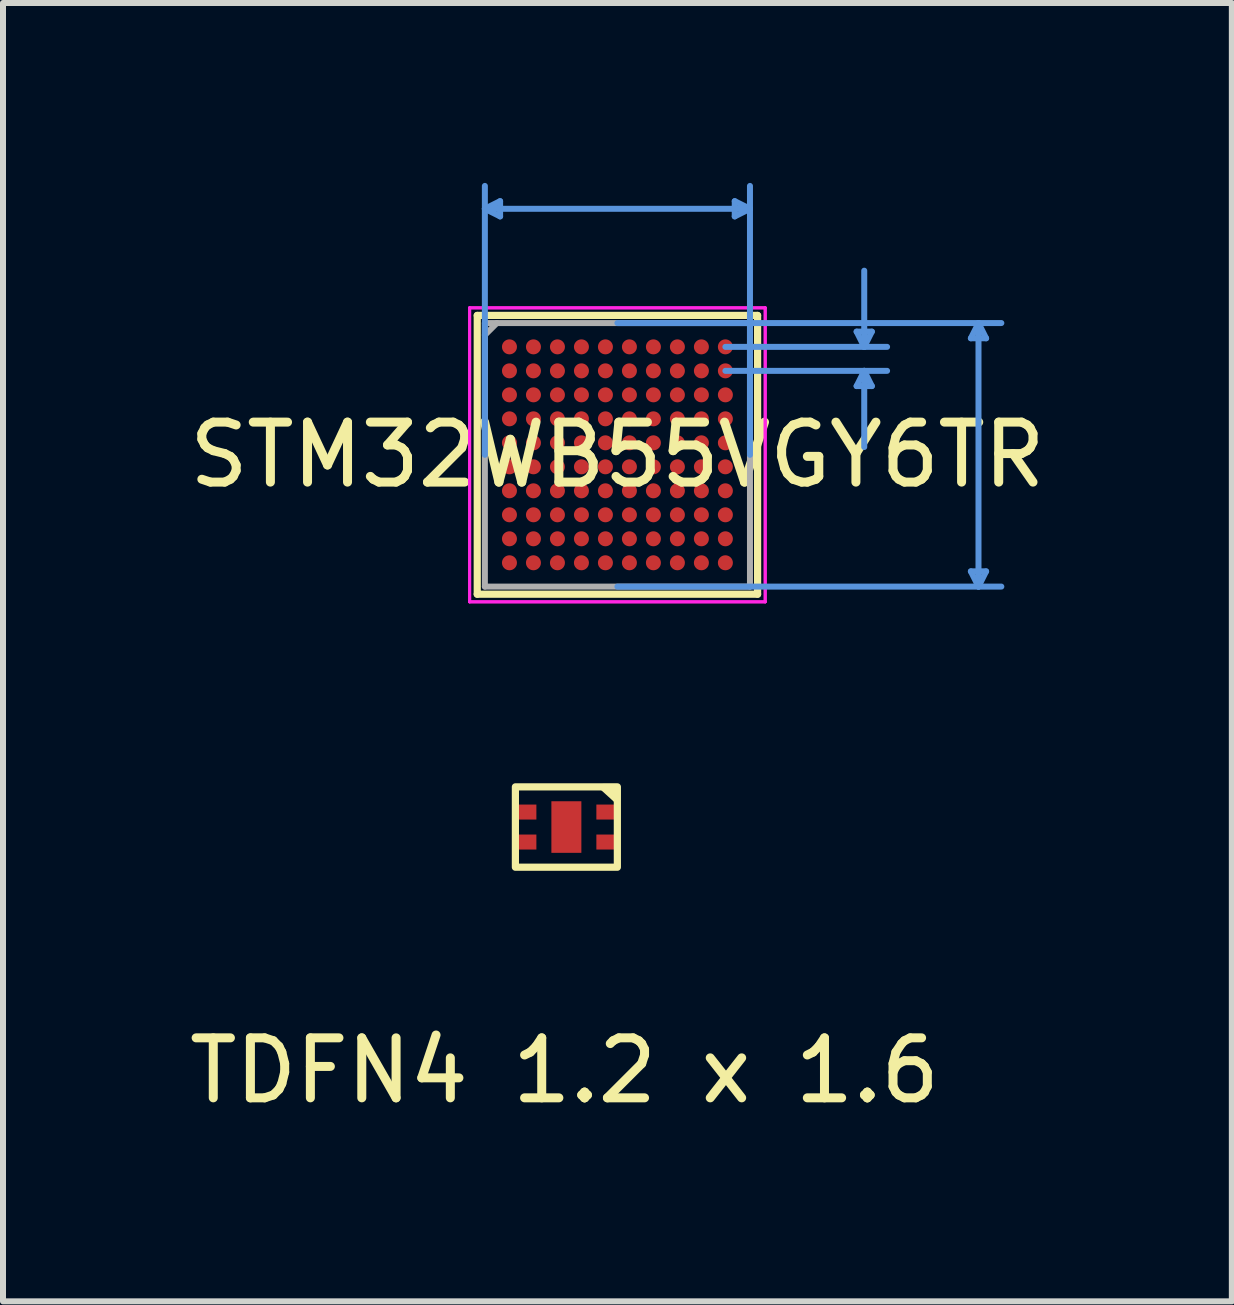
<source format=kicad_pcb>
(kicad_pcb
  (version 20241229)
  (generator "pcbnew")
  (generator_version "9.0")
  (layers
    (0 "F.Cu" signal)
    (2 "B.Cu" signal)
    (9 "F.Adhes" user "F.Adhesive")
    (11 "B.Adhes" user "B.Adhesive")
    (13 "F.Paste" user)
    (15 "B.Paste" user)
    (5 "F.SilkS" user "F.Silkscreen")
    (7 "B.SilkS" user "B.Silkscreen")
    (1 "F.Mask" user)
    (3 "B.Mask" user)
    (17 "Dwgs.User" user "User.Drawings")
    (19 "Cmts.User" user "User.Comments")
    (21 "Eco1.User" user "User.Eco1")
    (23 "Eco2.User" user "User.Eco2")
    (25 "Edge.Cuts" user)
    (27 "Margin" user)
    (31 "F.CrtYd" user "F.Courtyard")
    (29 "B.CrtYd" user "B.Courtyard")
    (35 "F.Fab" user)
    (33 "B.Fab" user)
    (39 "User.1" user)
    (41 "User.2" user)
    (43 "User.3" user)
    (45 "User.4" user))
  (footprint "TDFN4 1.2 x 1.6"
    (layer "F.Cu")
    (at 6.393 10.739)
    (property "Reference" "TDFN4 1.2 x 1.6" (at -0.03 4.06 0) (unlocked yes) (layer "F.SilkS") (effects (font (size 1 1) (thickness 0.15))))
    (attr smd)
    (fp_rect (start -0.85 -0.67) (end 0.85 0.67) (stroke (width 0.12) (type solid)) (fill no) (layer "F.SilkS"))
    (fp_poly (pts (xy 0.84 -0.66) (xy 0.84 -0.46) (xy 0.62 -0.66)) (stroke (width 0.12) (type solid)) (fill yes) (layer "F.SilkS"))
    (pad "1" smd rect (at 0.65 -0.25) (size 0.3 0.25) (layers "F.Cu" "F.Mask" "F.Paste"))
    (pad "2" smd rect (at 0 0) (size 0.5 0.86) (layers "F.Cu" "F.Mask" "F.Paste"))
    (pad "2" smd rect (at 0.65 0.25) (size 0.3 0.25) (layers "F.Cu" "F.Mask" "F.Paste"))
    (pad "3" smd rect (at -0.65 0.25) (size 0.3 0.25) (layers "F.Cu" "F.Mask" "F.Paste"))
    (pad "4" smd rect (at -0.65 -0.25) (size 0.3 0.25) (layers "F.Cu" "F.Mask" "F.Paste")))
  (footprint "STM32WB55VGY6TR"
    (layer "F.Cu")
    (at 7.244 4.533)
    (property "Reference" "STM32WB55VGY6TR" (at 0 0 0) (layer "F.SilkS") (effects (font (size 1 1) (thickness 0.15))))
    (attr through_hole)
    (fp_line (start -2.337 -2.324) (end -2.337 2.324) (stroke (width 0.12) (type solid)) (layer "F.SilkS"))
    (fp_line (start -2.337 2.324) (end 2.337 2.324) (stroke (width 0.12) (type solid)) (layer "F.SilkS"))
    (fp_line (start 2.337 -2.324) (end -2.337 -2.324) (stroke (width 0.12) (type solid)) (layer "F.SilkS"))
    (fp_line (start 2.337 2.324) (end 2.337 -2.324) (stroke (width 0.12) (type solid)) (layer "F.SilkS"))
    (fp_line (start -2.21 -4.102) (end -1.956 -4.229) (stroke (width 0.1) (type solid)) (layer "Cmts.User"))
    (fp_line (start -2.21 -4.102) (end -1.956 -3.975) (stroke (width 0.1) (type solid)) (layer "Cmts.User"))
    (fp_line (start -2.21 -4.102) (end 2.21 -4.102) (stroke (width 0.1) (type solid)) (layer "Cmts.User"))
    (fp_line (start -2.21 0) (end -2.21 -4.483) (stroke (width 0.1) (type solid)) (layer "Cmts.User"))
    (fp_line (start -1.956 -4.229) (end -1.956 -3.975) (stroke (width 0.1) (type solid)) (layer "Cmts.User"))
    (fp_line (start 0 -2.197) (end 6.401 -2.197) (stroke (width 0.1) (type solid)) (layer "Cmts.User"))
    (fp_line (start 0 2.197) (end 6.401 2.197) (stroke (width 0.1) (type solid)) (layer "Cmts.User"))
    (fp_line (start 1.8 -1.8) (end 4.496 -1.8) (stroke (width 0.1) (type solid)) (layer "Cmts.User"))
    (fp_line (start 1.8 -1.4) (end 4.496 -1.4) (stroke (width 0.1) (type solid)) (layer "Cmts.User"))
    (fp_line (start 1.956 -4.229) (end 1.956 -3.975) (stroke (width 0.1) (type solid)) (layer "Cmts.User"))
    (fp_line (start 2.21 -4.102) (end 1.956 -4.229) (stroke (width 0.1) (type solid)) (layer "Cmts.User"))
    (fp_line (start 2.21 -4.102) (end 1.956 -3.975) (stroke (width 0.1) (type solid)) (layer "Cmts.User"))
    (fp_line (start 2.21 0) (end 2.21 -4.483) (stroke (width 0.1) (type solid)) (layer "Cmts.User"))
    (fp_line (start 3.988 -2.054) (end 4.242 -2.054) (stroke (width 0.1) (type solid)) (layer "Cmts.User"))
    (fp_line (start 3.988 -1.146) (end 4.242 -1.146) (stroke (width 0.1) (type solid)) (layer "Cmts.User"))
    (fp_line (start 4.115 -1.8) (end 3.988 -2.054) (stroke (width 0.1) (type solid)) (layer "Cmts.User"))
    (fp_line (start 4.115 -1.8) (end 4.115 -3.07) (stroke (width 0.1) (type solid)) (layer "Cmts.User"))
    (fp_line (start 4.115 -1.8) (end 4.242 -2.054) (stroke (width 0.1) (type solid)) (layer "Cmts.User"))
    (fp_line (start 4.115 -1.4) (end 3.988 -1.146) (stroke (width 0.1) (type solid)) (layer "Cmts.User"))
    (fp_line (start 4.115 -1.4) (end 4.115 -0.13) (stroke (width 0.1) (type solid)) (layer "Cmts.User"))
    (fp_line (start 4.115 -1.4) (end 4.242 -1.146) (stroke (width 0.1) (type solid)) (layer "Cmts.User"))
    (fp_line (start 5.893 -1.943) (end 6.147 -1.943) (stroke (width 0.1) (type solid)) (layer "Cmts.User"))
    (fp_line (start 5.893 1.943) (end 6.147 1.943) (stroke (width 0.1) (type solid)) (layer "Cmts.User"))
    (fp_line (start 6.02 -2.197) (end 5.893 -1.943) (stroke (width 0.1) (type solid)) (layer "Cmts.User"))
    (fp_line (start 6.02 -2.197) (end 6.02 2.197) (stroke (width 0.1) (type solid)) (layer "Cmts.User"))
    (fp_line (start 6.02 -2.197) (end 6.147 -1.943) (stroke (width 0.1) (type solid)) (layer "Cmts.User"))
    (fp_line (start 6.02 2.197) (end 5.893 1.943) (stroke (width 0.1) (type solid)) (layer "Cmts.User"))
    (fp_line (start 6.02 2.197) (end 6.147 1.943) (stroke (width 0.1) (type solid)) (layer "Cmts.User"))
    (fp_line (start -2.464 -2.451) (end 2.464 -2.451) (stroke (width 0.05) (type solid)) (layer "F.CrtYd"))
    (fp_line (start -2.464 -2.451) (end 2.464 -2.451) (stroke (width 0.05) (type solid)) (layer "F.CrtYd"))
    (fp_line (start -2.464 2.451) (end -2.464 -2.451) (stroke (width 0.05) (type solid)) (layer "F.CrtYd"))
    (fp_line (start -2.464 2.451) (end -2.464 -2.451) (stroke (width 0.05) (type solid)) (layer "F.CrtYd"))
    (fp_line (start 2.464 -2.451) (end 2.464 2.451) (stroke (width 0.05) (type solid)) (layer "F.CrtYd"))
    (fp_line (start 2.464 -2.451) (end 2.464 2.451) (stroke (width 0.05) (type solid)) (layer "F.CrtYd"))
    (fp_line (start 2.464 2.451) (end -2.464 2.451) (stroke (width 0.05) (type solid)) (layer "F.CrtYd"))
    (fp_line (start 2.464 2.451) (end -2.464 2.451) (stroke (width 0.05) (type solid)) (layer "F.CrtYd"))
    (fp_line (start -2.21 -2.197) (end -2.21 2.197) (stroke (width 0.1) (type solid)) (layer "F.Fab"))
    (fp_line (start -2.21 2.197) (end 2.21 2.197) (stroke (width 0.1) (type solid)) (layer "F.Fab"))
    (fp_line (start -2.01 -2.197) (end -2.21 -1.997) (stroke (width 0.1) (type solid)) (layer "F.Fab"))
    (fp_line (start 2.21 -2.197) (end -2.21 -2.197) (stroke (width 0.1) (type solid)) (layer "F.Fab"))
    (fp_line (start 2.21 2.197) (end 2.21 -2.197) (stroke (width 0.1) (type solid)) (layer "F.Fab"))
    (pad "A1" smd circle (at -1.8 -1.8) (size 0.25 0.25) (layers "F.Cu" "F.Mask" "F.Paste"))
    (pad "A2" smd circle (at -1.4 -1.8) (size 0.25 0.25) (layers "F.Cu" "F.Mask" "F.Paste"))
    (pad "A3" smd circle (at -1 -1.8) (size 0.25 0.25) (layers "F.Cu" "F.Mask" "F.Paste"))
    (pad "A4" smd circle (at -0.6 -1.8) (size 0.25 0.25) (layers "F.Cu" "F.Mask" "F.Paste"))
    (pad "A5" smd circle (at -0.2 -1.8) (size 0.25 0.25) (layers "F.Cu" "F.Mask" "F.Paste"))
    (pad "A6" smd circle (at 0.2 -1.8) (size 0.25 0.25) (layers "F.Cu" "F.Mask" "F.Paste"))
    (pad "A7" smd circle (at 0.6 -1.8) (size 0.25 0.25) (layers "F.Cu" "F.Mask" "F.Paste"))
    (pad "A8" smd circle (at 1 -1.8) (size 0.25 0.25) (layers "F.Cu" "F.Mask" "F.Paste"))
    (pad "A9" smd circle (at 1.4 -1.8) (size 0.25 0.25) (layers "F.Cu" "F.Mask" "F.Paste"))
    (pad "A10" smd circle (at 1.8 -1.8) (size 0.25 0.25) (layers "F.Cu" "F.Mask" "F.Paste"))
    (pad "B1" smd circle (at -1.8 -1.4) (size 0.25 0.25) (layers "F.Cu" "F.Mask" "F.Paste"))
    (pad "B2" smd circle (at -1.4 -1.4) (size 0.25 0.25) (layers "F.Cu" "F.Mask" "F.Paste"))
    (pad "B3" smd circle (at -1 -1.4) (size 0.25 0.25) (layers "F.Cu" "F.Mask" "F.Paste"))
    (pad "B4" smd circle (at -0.6 -1.4) (size 0.25 0.25) (layers "F.Cu" "F.Mask" "F.Paste"))
    (pad "B5" smd circle (at -0.2 -1.4) (size 0.25 0.25) (layers "F.Cu" "F.Mask" "F.Paste"))
    (pad "B6" smd circle (at 0.2 -1.4) (size 0.25 0.25) (layers "F.Cu" "F.Mask" "F.Paste"))
    (pad "B7" smd circle (at 0.6 -1.4) (size 0.25 0.25) (layers "F.Cu" "F.Mask" "F.Paste"))
    (pad "B8" smd circle (at 1 -1.4) (size 0.25 0.25) (layers "F.Cu" "F.Mask" "F.Paste"))
    (pad "B9" smd circle (at 1.4 -1.4) (size 0.25 0.25) (layers "F.Cu" "F.Mask" "F.Paste"))
    (pad "B10" smd circle (at 1.8 -1.4) (size 0.25 0.25) (layers "F.Cu" "F.Mask" "F.Paste"))
    (pad "C1" smd circle (at -1.8 -1) (size 0.25 0.25) (layers "F.Cu" "F.Mask" "F.Paste"))
    (pad "C2" smd circle (at -1.4 -1) (size 0.25 0.25) (layers "F.Cu" "F.Mask" "F.Paste"))
    (pad "C3" smd circle (at -1 -1) (size 0.25 0.25) (layers "F.Cu" "F.Mask" "F.Paste"))
    (pad "C4" smd circle (at -0.6 -1) (size 0.25 0.25) (layers "F.Cu" "F.Mask" "F.Paste"))
    (pad "C5" smd circle (at -0.2 -1) (size 0.25 0.25) (layers "F.Cu" "F.Mask" "F.Paste"))
    (pad "C6" smd circle (at 0.2 -1) (size 0.25 0.25) (layers "F.Cu" "F.Mask" "F.Paste"))
    (pad "C7" smd circle (at 0.6 -1) (size 0.25 0.25) (layers "F.Cu" "F.Mask" "F.Paste"))
    (pad "C8" smd circle (at 1 -1) (size 0.25 0.25) (layers "F.Cu" "F.Mask" "F.Paste"))
    (pad "C9" smd circle (at 1.4 -1) (size 0.25 0.25) (layers "F.Cu" "F.Mask" "F.Paste"))
    (pad "C10" smd circle (at 1.8 -1) (size 0.25 0.25) (layers "F.Cu" "F.Mask" "F.Paste"))
    (pad "D1" smd circle (at -1.8 -0.6) (size 0.25 0.25) (layers "F.Cu" "F.Mask" "F.Paste"))
    (pad "D2" smd circle (at -1.4 -0.6) (size 0.25 0.25) (layers "F.Cu" "F.Mask" "F.Paste"))
    (pad "D3" smd circle (at -1 -0.6) (size 0.25 0.25) (layers "F.Cu" "F.Mask" "F.Paste"))
    (pad "D4" smd circle (at -0.6 -0.6) (size 0.25 0.25) (layers "F.Cu" "F.Mask" "F.Paste"))
    (pad "D5" smd circle (at -0.2 -0.6) (size 0.25 0.25) (layers "F.Cu" "F.Mask" "F.Paste"))
    (pad "D6" smd circle (at 0.2 -0.6) (size 0.25 0.25) (layers "F.Cu" "F.Mask" "F.Paste"))
    (pad "D7" smd circle (at 0.6 -0.6) (size 0.25 0.25) (layers "F.Cu" "F.Mask" "F.Paste"))
    (pad "D8" smd circle (at 1 -0.6) (size 0.25 0.25) (layers "F.Cu" "F.Mask" "F.Paste"))
    (pad "D9" smd circle (at 1.4 -0.6) (size 0.25 0.25) (layers "F.Cu" "F.Mask" "F.Paste"))
    (pad "D10" smd circle (at 1.8 -0.6) (size 0.25 0.25) (layers "F.Cu" "F.Mask" "F.Paste"))
    (pad "E1" smd circle (at -1.8 -0.2) (size 0.25 0.25) (layers "F.Cu" "F.Mask" "F.Paste"))
    (pad "E2" smd circle (at -1.4 -0.2) (size 0.25 0.25) (layers "F.Cu" "F.Mask" "F.Paste"))
    (pad "E3" smd circle (at -1 -0.2) (size 0.25 0.25) (layers "F.Cu" "F.Mask" "F.Paste"))
    (pad "E4" smd circle (at -0.6 -0.2) (size 0.25 0.25) (layers "F.Cu" "F.Mask" "F.Paste"))
    (pad "E5" smd circle (at -0.2 -0.2) (size 0.25 0.25) (layers "F.Cu" "F.Mask" "F.Paste"))
    (pad "E6" smd circle (at 0.2 -0.2) (size 0.25 0.25) (layers "F.Cu" "F.Mask" "F.Paste"))
    (pad "E7" smd circle (at 0.6 -0.2) (size 0.25 0.25) (layers "F.Cu" "F.Mask" "F.Paste"))
    (pad "E8" smd circle (at 1 -0.2) (size 0.25 0.25) (layers "F.Cu" "F.Mask" "F.Paste"))
    (pad "E9" smd circle (at 1.4 -0.2) (size 0.25 0.25) (layers "F.Cu" "F.Mask" "F.Paste"))
    (pad "E10" smd circle (at 1.8 -0.2) (size 0.25 0.25) (layers "F.Cu" "F.Mask" "F.Paste"))
    (pad "F1" smd circle (at -1.8 0.2) (size 0.25 0.25) (layers "F.Cu" "F.Mask" "F.Paste"))
    (pad "F2" smd circle (at -1.4 0.2) (size 0.25 0.25) (layers "F.Cu" "F.Mask" "F.Paste"))
    (pad "F3" smd circle (at -1 0.2) (size 0.25 0.25) (layers "F.Cu" "F.Mask" "F.Paste"))
    (pad "F4" smd circle (at -0.6 0.2) (size 0.25 0.25) (layers "F.Cu" "F.Mask" "F.Paste"))
    (pad "F5" smd circle (at -0.2 0.2) (size 0.25 0.25) (layers "F.Cu" "F.Mask" "F.Paste"))
    (pad "F6" smd circle (at 0.2 0.2) (size 0.25 0.25) (layers "F.Cu" "F.Mask" "F.Paste"))
    (pad "F7" smd circle (at 0.6 0.2) (size 0.25 0.25) (layers "F.Cu" "F.Mask" "F.Paste"))
    (pad "F8" smd circle (at 1 0.2) (size 0.25 0.25) (layers "F.Cu" "F.Mask" "F.Paste"))
    (pad "F9" smd circle (at 1.4 0.2) (size 0.25 0.25) (layers "F.Cu" "F.Mask" "F.Paste"))
    (pad "F10" smd circle (at 1.8 0.2) (size 0.25 0.25) (layers "F.Cu" "F.Mask" "F.Paste"))
    (pad "G1" smd circle (at -1.8 0.6) (size 0.25 0.25) (layers "F.Cu" "F.Mask" "F.Paste"))
    (pad "G2" smd circle (at -1.4 0.6) (size 0.25 0.25) (layers "F.Cu" "F.Mask" "F.Paste"))
    (pad "G3" smd circle (at -1 0.6) (size 0.25 0.25) (layers "F.Cu" "F.Mask" "F.Paste"))
    (pad "G4" smd circle (at -0.6 0.6) (size 0.25 0.25) (layers "F.Cu" "F.Mask" "F.Paste"))
    (pad "G5" smd circle (at -0.2 0.6) (size 0.25 0.25) (layers "F.Cu" "F.Mask" "F.Paste"))
    (pad "G6" smd circle (at 0.2 0.6) (size 0.25 0.25) (layers "F.Cu" "F.Mask" "F.Paste"))
    (pad "G7" smd circle (at 0.6 0.6) (size 0.25 0.25) (layers "F.Cu" "F.Mask" "F.Paste"))
    (pad "G8" smd circle (at 1 0.6) (size 0.25 0.25) (layers "F.Cu" "F.Mask" "F.Paste"))
    (pad "G9" smd circle (at 1.4 0.6) (size 0.25 0.25) (layers "F.Cu" "F.Mask" "F.Paste"))
    (pad "G10" smd circle (at 1.8 0.6) (size 0.25 0.25) (layers "F.Cu" "F.Mask" "F.Paste"))
    (pad "H1" smd circle (at -1.8 1) (size 0.25 0.25) (layers "F.Cu" "F.Mask" "F.Paste"))
    (pad "H2" smd circle (at -1.4 1) (size 0.25 0.25) (layers "F.Cu" "F.Mask" "F.Paste"))
    (pad "H3" smd circle (at -1 1) (size 0.25 0.25) (layers "F.Cu" "F.Mask" "F.Paste"))
    (pad "H4" smd circle (at -0.6 1) (size 0.25 0.25) (layers "F.Cu" "F.Mask" "F.Paste"))
    (pad "H5" smd circle (at -0.2 1) (size 0.25 0.25) (layers "F.Cu" "F.Mask" "F.Paste"))
    (pad "H6" smd circle (at 0.2 1) (size 0.25 0.25) (layers "F.Cu" "F.Mask" "F.Paste"))
    (pad "H7" smd circle (at 0.6 1) (size 0.25 0.25) (layers "F.Cu" "F.Mask" "F.Paste"))
    (pad "H8" smd circle (at 1 1) (size 0.25 0.25) (layers "F.Cu" "F.Mask" "F.Paste"))
    (pad "H9" smd circle (at 1.4 1) (size 0.25 0.25) (layers "F.Cu" "F.Mask" "F.Paste"))
    (pad "H10" smd circle (at 1.8 1) (size 0.25 0.25) (layers "F.Cu" "F.Mask" "F.Paste"))
    (pad "J1" smd circle (at -1.8 1.4) (size 0.25 0.25) (layers "F.Cu" "F.Mask" "F.Paste"))
    (pad "J2" smd circle (at -1.4 1.4) (size 0.25 0.25) (layers "F.Cu" "F.Mask" "F.Paste"))
    (pad "J3" smd circle (at -1 1.4) (size 0.25 0.25) (layers "F.Cu" "F.Mask" "F.Paste"))
    (pad "J4" smd circle (at -0.6 1.4) (size 0.25 0.25) (layers "F.Cu" "F.Mask" "F.Paste"))
    (pad "J5" smd circle (at -0.2 1.4) (size 0.25 0.25) (layers "F.Cu" "F.Mask" "F.Paste"))
    (pad "J6" smd circle (at 0.2 1.4) (size 0.25 0.25) (layers "F.Cu" "F.Mask" "F.Paste"))
    (pad "J7" smd circle (at 0.6 1.4) (size 0.25 0.25) (layers "F.Cu" "F.Mask" "F.Paste"))
    (pad "J8" smd circle (at 1 1.4) (size 0.25 0.25) (layers "F.Cu" "F.Mask" "F.Paste"))
    (pad "J9" smd circle (at 1.4 1.4) (size 0.25 0.25) (layers "F.Cu" "F.Mask" "F.Paste"))
    (pad "J10" smd circle (at 1.8 1.4) (size 0.25 0.25) (layers "F.Cu" "F.Mask" "F.Paste"))
    (pad "K1" smd circle (at -1.8 1.8) (size 0.25 0.25) (layers "F.Cu" "F.Mask" "F.Paste"))
    (pad "K2" smd circle (at -1.4 1.8) (size 0.25 0.25) (layers "F.Cu" "F.Mask" "F.Paste"))
    (pad "K3" smd circle (at -1 1.8) (size 0.25 0.25) (layers "F.Cu" "F.Mask" "F.Paste"))
    (pad "K4" smd circle (at -0.6 1.8) (size 0.25 0.25) (layers "F.Cu" "F.Mask" "F.Paste"))
    (pad "K5" smd circle (at -0.2 1.8) (size 0.25 0.25) (layers "F.Cu" "F.Mask" "F.Paste"))
    (pad "K6" smd circle (at 0.2 1.8) (size 0.25 0.25) (layers "F.Cu" "F.Mask" "F.Paste"))
    (pad "K7" smd circle (at 0.6 1.8) (size 0.25 0.25) (layers "F.Cu" "F.Mask" "F.Paste"))
    (pad "K8" smd circle (at 1 1.8) (size 0.25 0.25) (layers "F.Cu" "F.Mask" "F.Paste"))
    (pad "K9" smd circle (at 1.4 1.8) (size 0.25 0.25) (layers "F.Cu" "F.Mask" "F.Paste"))
    (pad "K10" smd circle (at 1.8 1.8) (size 0.25 0.25) (layers "F.Cu" "F.Mask" "F.Paste")))
  (gr_rect
    (start -3 -3)
    (end 17.488 18.647)
    (stroke (width 0.1) (type default))
    (fill no)
    (layer "Edge.Cuts")))
</source>
